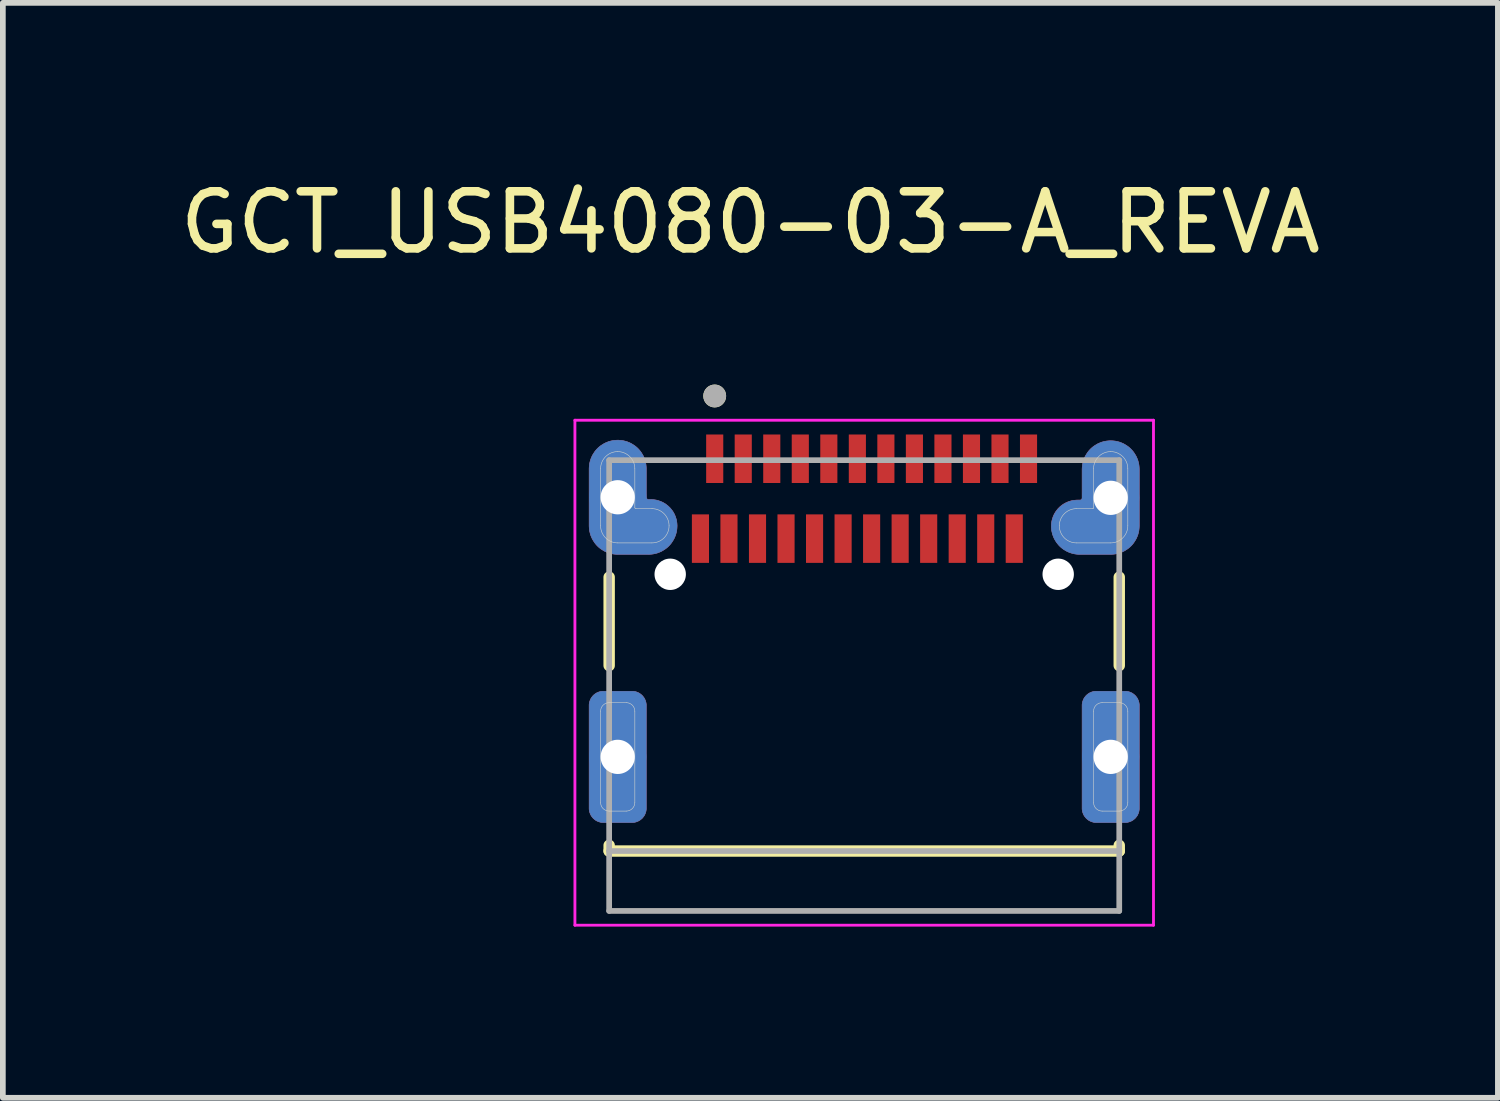
<source format=kicad_pcb>
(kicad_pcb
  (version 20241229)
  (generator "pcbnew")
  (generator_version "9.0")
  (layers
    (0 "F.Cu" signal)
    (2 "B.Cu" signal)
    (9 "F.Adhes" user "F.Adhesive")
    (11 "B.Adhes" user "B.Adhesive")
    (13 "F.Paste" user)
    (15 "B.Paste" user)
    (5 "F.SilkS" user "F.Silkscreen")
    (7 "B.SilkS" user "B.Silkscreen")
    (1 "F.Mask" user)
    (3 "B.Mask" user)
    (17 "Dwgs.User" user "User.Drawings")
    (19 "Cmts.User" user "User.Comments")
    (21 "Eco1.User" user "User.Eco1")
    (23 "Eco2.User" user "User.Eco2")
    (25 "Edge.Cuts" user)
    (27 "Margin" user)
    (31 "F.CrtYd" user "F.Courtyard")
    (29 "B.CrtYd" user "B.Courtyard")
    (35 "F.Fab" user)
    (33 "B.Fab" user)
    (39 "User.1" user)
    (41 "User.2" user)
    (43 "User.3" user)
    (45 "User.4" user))
  (footprint "GCT_USB4080-03-A_REVA"
    (layer "F.Cu")
    (at 12.096 5.665)
    (property "Reference" "GCT_USB4080-03-A_REVA" (at -1.995 -4.817 0) (layer "F.SilkS") (effects (font (size 1 1) (thickness 0.15))))
    (attr smd)
    (fp_poly (pts (xy -4.07 5.7) (xy -4.57 5.7) (xy -4.583 5.7) (xy -4.596 5.699) (xy -4.609 5.697) (xy -4.622 5.695) (xy -4.635 5.691) (xy -4.647 5.688) (xy -4.66 5.683) (xy -4.672 5.678) (xy -4.683 5.673) (xy -4.695 5.667) (xy -4.706 5.66) (xy -4.717 5.652) (xy -4.727 5.644) (xy -4.737 5.636) (xy -4.747 5.627) (xy -4.756 5.617) (xy -4.764 5.607) (xy -4.772 5.597) (xy -4.78 5.586) (xy -4.787 5.575) (xy -4.793 5.563) (xy -4.798 5.552) (xy -4.803 5.54) (xy -4.808 5.527) (xy -4.811 5.515) (xy -4.815 5.502) (xy -4.817 5.489) (xy -4.819 5.476) (xy -4.82 5.463) (xy -4.82 5.45) (xy -4.82 3.65) (xy -4.82 3.637) (xy -4.819 3.624) (xy -4.817 3.611) (xy -4.815 3.598) (xy -4.811 3.585) (xy -4.808 3.573) (xy -4.803 3.56) (xy -4.798 3.548) (xy -4.793 3.537) (xy -4.787 3.525) (xy -4.78 3.514) (xy -4.772 3.503) (xy -4.764 3.493) (xy -4.756 3.483) (xy -4.747 3.473) (xy -4.737 3.464) (xy -4.727 3.456) (xy -4.717 3.448) (xy -4.706 3.44) (xy -4.695 3.433) (xy -4.683 3.427) (xy -4.672 3.422) (xy -4.66 3.417) (xy -4.647 3.412) (xy -4.635 3.409) (xy -4.622 3.405) (xy -4.609 3.403) (xy -4.596 3.401) (xy -4.583 3.4) (xy -4.57 3.4) (xy -4.07 3.4) (xy -4.057 3.4) (xy -4.044 3.401) (xy -4.031 3.403) (xy -4.018 3.405) (xy -4.005 3.409) (xy -3.993 3.412) (xy -3.98 3.417) (xy -3.968 3.422) (xy -3.957 3.427) (xy -3.945 3.433) (xy -3.934 3.44) (xy -3.923 3.448) (xy -3.913 3.456) (xy -3.903 3.464) (xy -3.893 3.473) (xy -3.884 3.483) (xy -3.876 3.493) (xy -3.868 3.503) (xy -3.86 3.514) (xy -3.853 3.525) (xy -3.847 3.537) (xy -3.842 3.548) (xy -3.837 3.56) (xy -3.832 3.573) (xy -3.829 3.585) (xy -3.825 3.598) (xy -3.823 3.611) (xy -3.821 3.624) (xy -3.82 3.637) (xy -3.82 3.65) (xy -3.82 5.45) (xy -3.82 5.463) (xy -3.821 5.476) (xy -3.823 5.489) (xy -3.825 5.502) (xy -3.829 5.515) (xy -3.832 5.527) (xy -3.837 5.54) (xy -3.842 5.552) (xy -3.847 5.563) (xy -3.853 5.575) (xy -3.86 5.586) (xy -3.868 5.597) (xy -3.876 5.607) (xy -3.884 5.617) (xy -3.893 5.627) (xy -3.903 5.636) (xy -3.913 5.644) (xy -3.923 5.652) (xy -3.934 5.66) (xy -3.945 5.667) (xy -3.957 5.673) (xy -3.968 5.678) (xy -3.98 5.683) (xy -3.993 5.688) (xy -4.005 5.691) (xy -4.018 5.695) (xy -4.031 5.697) (xy -4.044 5.699) (xy -4.057 5.7) (xy -4.07 5.7)) (stroke (width 0.01) (type solid)) (fill yes) (layer "F.Cu"))
    (fp_poly (pts (xy 4.57 5.7) (xy 4.07 5.7) (xy 4.057 5.7) (xy 4.044 5.699) (xy 4.031 5.697) (xy 4.018 5.695) (xy 4.005 5.691) (xy 3.993 5.688) (xy 3.98 5.683) (xy 3.968 5.678) (xy 3.957 5.673) (xy 3.945 5.667) (xy 3.934 5.66) (xy 3.923 5.652) (xy 3.913 5.644) (xy 3.903 5.636) (xy 3.893 5.627) (xy 3.884 5.617) (xy 3.876 5.607) (xy 3.868 5.597) (xy 3.86 5.586) (xy 3.853 5.575) (xy 3.847 5.563) (xy 3.842 5.552) (xy 3.837 5.54) (xy 3.832 5.527) (xy 3.829 5.515) (xy 3.825 5.502) (xy 3.823 5.489) (xy 3.821 5.476) (xy 3.82 5.463) (xy 3.82 5.45) (xy 3.82 3.65) (xy 3.82 3.637) (xy 3.821 3.624) (xy 3.823 3.611) (xy 3.825 3.598) (xy 3.829 3.585) (xy 3.832 3.573) (xy 3.837 3.56) (xy 3.842 3.548) (xy 3.847 3.537) (xy 3.853 3.525) (xy 3.86 3.514) (xy 3.868 3.503) (xy 3.876 3.493) (xy 3.884 3.483) (xy 3.893 3.473) (xy 3.903 3.464) (xy 3.913 3.456) (xy 3.923 3.448) (xy 3.934 3.44) (xy 3.945 3.433) (xy 3.957 3.427) (xy 3.968 3.422) (xy 3.98 3.417) (xy 3.993 3.412) (xy 4.005 3.409) (xy 4.018 3.405) (xy 4.031 3.403) (xy 4.044 3.401) (xy 4.057 3.4) (xy 4.07 3.4) (xy 4.57 3.4) (xy 4.583 3.4) (xy 4.596 3.401) (xy 4.609 3.403) (xy 4.622 3.405) (xy 4.635 3.409) (xy 4.647 3.412) (xy 4.66 3.417) (xy 4.672 3.422) (xy 4.683 3.427) (xy 4.695 3.433) (xy 4.706 3.44) (xy 4.717 3.448) (xy 4.727 3.456) (xy 4.737 3.464) (xy 4.747 3.473) (xy 4.756 3.483) (xy 4.764 3.493) (xy 4.772 3.503) (xy 4.78 3.514) (xy 4.787 3.525) (xy 4.793 3.537) (xy 4.798 3.548) (xy 4.803 3.56) (xy 4.808 3.573) (xy 4.811 3.585) (xy 4.815 3.598) (xy 4.817 3.611) (xy 4.819 3.624) (xy 4.82 3.637) (xy 4.82 3.65) (xy 4.82 5.45) (xy 4.82 5.463) (xy 4.819 5.476) (xy 4.817 5.489) (xy 4.815 5.502) (xy 4.811 5.515) (xy 4.808 5.527) (xy 4.803 5.54) (xy 4.798 5.552) (xy 4.793 5.563) (xy 4.787 5.575) (xy 4.78 5.586) (xy 4.772 5.597) (xy 4.764 5.607) (xy 4.756 5.617) (xy 4.747 5.627) (xy 4.737 5.636) (xy 4.727 5.644) (xy 4.717 5.652) (xy 4.706 5.66) (xy 4.695 5.667) (xy 4.683 5.673) (xy 4.672 5.678) (xy 4.66 5.683) (xy 4.647 5.688) (xy 4.635 5.691) (xy 4.622 5.695) (xy 4.609 5.697) (xy 4.596 5.699) (xy 4.583 5.7) (xy 4.57 5.7)) (stroke (width 0.01) (type solid)) (fill yes) (layer "F.Cu"))
    (fp_poly (pts (xy 4.82 0.5) (xy 4.82 -0.49) (xy 4.819 -0.516) (xy 4.817 -0.542) (xy 4.814 -0.568) (xy 4.809 -0.594) (xy 4.803 -0.619) (xy 4.796 -0.645) (xy 4.787 -0.669) (xy 4.777 -0.693) (xy 4.766 -0.717) (xy 4.753 -0.74) (xy 4.739 -0.762) (xy 4.725 -0.784) (xy 4.709 -0.805) (xy 4.692 -0.825) (xy 4.674 -0.844) (xy 4.655 -0.862) (xy 4.635 -0.879) (xy 4.614 -0.895) (xy 4.592 -0.909) (xy 4.57 -0.923) (xy 4.547 -0.936) (xy 4.523 -0.947) (xy 4.499 -0.957) (xy 4.475 -0.966) (xy 4.449 -0.973) (xy 4.424 -0.979) (xy 4.398 -0.984) (xy 4.372 -0.987) (xy 4.346 -0.989) (xy 4.32 -0.99) (xy 4.294 -0.989) (xy 4.268 -0.987) (xy 4.242 -0.984) (xy 4.216 -0.979) (xy 4.191 -0.973) (xy 4.165 -0.966) (xy 4.141 -0.957) (xy 4.117 -0.947) (xy 4.093 -0.936) (xy 4.07 -0.923) (xy 4.048 -0.909) (xy 4.026 -0.895) (xy 4.005 -0.879) (xy 3.985 -0.862) (xy 3.966 -0.844) (xy 3.948 -0.825) (xy 3.931 -0.805) (xy 3.915 -0.784) (xy 3.901 -0.762) (xy 3.887 -0.74) (xy 3.874 -0.717) (xy 3.863 -0.693) (xy 3.853 -0.669) (xy 3.844 -0.645) (xy 3.837 -0.619) (xy 3.831 -0.594) (xy 3.826 -0.568) (xy 3.823 -0.542) (xy 3.821 -0.516) (xy 3.82 -0.49) (xy 3.82 0.01) (xy 3.82 0.012) (xy 3.82 0.014) (xy 3.82 0.016) (xy 3.819 0.018) (xy 3.819 0.02) (xy 3.818 0.022) (xy 3.817 0.024) (xy 3.817 0.026) (xy 3.816 0.028) (xy 3.815 0.03) (xy 3.814 0.032) (xy 3.812 0.034) (xy 3.811 0.035) (xy 3.81 0.037) (xy 3.808 0.038) (xy 3.807 0.04) (xy 3.805 0.041) (xy 3.804 0.042) (xy 3.802 0.044) (xy 3.8 0.045) (xy 3.798 0.046) (xy 3.796 0.047) (xy 3.794 0.047) (xy 3.792 0.048) (xy 3.79 0.049) (xy 3.788 0.049) (xy 3.786 0.05) (xy 3.784 0.05) (xy 3.782 0.05) (xy 3.78 0.05) (xy 3.74 0.05) (xy 3.719 0.05) (xy 3.695 0.052) (xy 3.672 0.054) (xy 3.648 0.058) (xy 3.625 0.063) (xy 3.602 0.07) (xy 3.579 0.077) (xy 3.557 0.086) (xy 3.536 0.096) (xy 3.514 0.107) (xy 3.494 0.119) (xy 3.474 0.132) (xy 3.455 0.146) (xy 3.436 0.162) (xy 3.419 0.178) (xy 3.402 0.195) (xy 3.386 0.213) (xy 3.372 0.231) (xy 3.358 0.251) (xy 3.345 0.271) (xy 3.333 0.291) (xy 3.323 0.313) (xy 3.313 0.335) (xy 3.305 0.357) (xy 3.298 0.38) (xy 3.292 0.403) (xy 3.287 0.426) (xy 3.283 0.45) (xy 3.281 0.473) (xy 3.28 0.5) (xy 3.281 0.526) (xy 3.283 0.552) (xy 3.286 0.578) (xy 3.291 0.604) (xy 3.297 0.629) (xy 3.304 0.655) (xy 3.313 0.679) (xy 3.323 0.703) (xy 3.334 0.727) (xy 3.347 0.75) (xy 3.361 0.772) (xy 3.375 0.794) (xy 3.391 0.815) (xy 3.408 0.835) (xy 3.426 0.854) (xy 3.445 0.872) (xy 3.465 0.889) (xy 3.486 0.905) (xy 3.508 0.919) (xy 3.53 0.933) (xy 3.553 0.946) (xy 3.577 0.957) (xy 3.601 0.967) (xy 3.625 0.976) (xy 3.651 0.983) (xy 3.676 0.989) (xy 3.702 0.994) (xy 3.728 0.997) (xy 3.754 0.999) (xy 3.78 1) (xy 4.32 1) (xy 4.346 0.999) (xy 4.372 0.997) (xy 4.398 0.994) (xy 4.424 0.989) (xy 4.449 0.983) (xy 4.475 0.976) (xy 4.499 0.967) (xy 4.523 0.957) (xy 4.547 0.946) (xy 4.57 0.933) (xy 4.592 0.919) (xy 4.614 0.905) (xy 4.635 0.889) (xy 4.655 0.872) (xy 4.674 0.854) (xy 4.692 0.835) (xy 4.709 0.815) (xy 4.725 0.794) (xy 4.739 0.772) (xy 4.753 0.75) (xy 4.766 0.727) (xy 4.777 0.703) (xy 4.787 0.679) (xy 4.796 0.655) (xy 4.803 0.629) (xy 4.809 0.604) (xy 4.814 0.578) (xy 4.817 0.552) (xy 4.819 0.526) (xy 4.82 0.5)) (stroke (width 0.01) (type solid)) (fill yes) (layer "F.Cu"))
    (fp_poly (pts (xy -4.82 0) (xy -4.82 -0.5) (xy -4.819 -0.526) (xy -4.817 -0.552) (xy -4.814 -0.578) (xy -4.809 -0.604) (xy -4.803 -0.629) (xy -4.796 -0.655) (xy -4.787 -0.679) (xy -4.777 -0.703) (xy -4.766 -0.727) (xy -4.753 -0.75) (xy -4.739 -0.772) (xy -4.725 -0.794) (xy -4.709 -0.815) (xy -4.692 -0.835) (xy -4.674 -0.854) (xy -4.655 -0.872) (xy -4.635 -0.889) (xy -4.614 -0.905) (xy -4.592 -0.919) (xy -4.57 -0.933) (xy -4.547 -0.946) (xy -4.523 -0.957) (xy -4.499 -0.967) (xy -4.475 -0.976) (xy -4.449 -0.983) (xy -4.424 -0.989) (xy -4.398 -0.994) (xy -4.372 -0.997) (xy -4.346 -0.999) (xy -4.32 -1) (xy -4.294 -0.999) (xy -4.268 -0.997) (xy -4.242 -0.994) (xy -4.216 -0.989) (xy -4.191 -0.983) (xy -4.165 -0.976) (xy -4.141 -0.967) (xy -4.117 -0.957) (xy -4.093 -0.946) (xy -4.07 -0.933) (xy -4.048 -0.919) (xy -4.026 -0.905) (xy -4.005 -0.889) (xy -3.985 -0.872) (xy -3.966 -0.854) (xy -3.948 -0.835) (xy -3.931 -0.815) (xy -3.915 -0.794) (xy -3.901 -0.772) (xy -3.887 -0.75) (xy -3.874 -0.727) (xy -3.863 -0.703) (xy -3.853 -0.679) (xy -3.844 -0.655) (xy -3.837 -0.629) (xy -3.831 -0.604) (xy -3.826 -0.578) (xy -3.823 -0.552) (xy -3.821 -0.526) (xy -3.82 -0.5) (xy -3.82 0) (xy -3.82 0.002) (xy -3.82 0.004) (xy -3.82 0.006) (xy -3.819 0.008) (xy -3.819 0.01) (xy -3.818 0.012) (xy -3.817 0.014) (xy -3.817 0.016) (xy -3.816 0.018) (xy -3.815 0.02) (xy -3.814 0.022) (xy -3.812 0.024) (xy -3.811 0.025) (xy -3.81 0.027) (xy -3.808 0.028) (xy -3.807 0.03) (xy -3.805 0.031) (xy -3.804 0.032) (xy -3.802 0.034) (xy -3.8 0.035) (xy -3.798 0.036) (xy -3.796 0.037) (xy -3.794 0.037) (xy -3.792 0.038) (xy -3.79 0.039) (xy -3.788 0.039) (xy -3.786 0.04) (xy -3.784 0.04) (xy -3.782 0.04) (xy -3.78 0.04) (xy -3.74 0.04) (xy -3.716 0.041) (xy -3.692 0.043) (xy -3.668 0.046) (xy -3.644 0.05) (xy -3.621 0.056) (xy -3.598 0.063) (xy -3.575 0.071) (xy -3.553 0.08) (xy -3.531 0.09) (xy -3.51 0.102) (xy -3.489 0.114) (xy -3.47 0.128) (xy -3.451 0.143) (xy -3.432 0.158) (xy -3.415 0.175) (xy -3.398 0.192) (xy -3.383 0.211) (xy -3.368 0.23) (xy -3.354 0.249) (xy -3.342 0.27) (xy -3.33 0.291) (xy -3.32 0.313) (xy -3.311 0.335) (xy -3.303 0.358) (xy -3.296 0.381) (xy -3.29 0.404) (xy -3.286 0.428) (xy -3.283 0.452) (xy -3.281 0.476) (xy -3.28 0.5) (xy -3.281 0.526) (xy -3.283 0.552) (xy -3.286 0.578) (xy -3.291 0.604) (xy -3.297 0.629) (xy -3.304 0.655) (xy -3.313 0.679) (xy -3.323 0.703) (xy -3.334 0.727) (xy -3.347 0.75) (xy -3.361 0.772) (xy -3.375 0.794) (xy -3.391 0.815) (xy -3.408 0.835) (xy -3.426 0.854) (xy -3.445 0.872) (xy -3.465 0.889) (xy -3.486 0.905) (xy -3.508 0.919) (xy -3.53 0.933) (xy -3.553 0.946) (xy -3.577 0.957) (xy -3.601 0.967) (xy -3.625 0.976) (xy -3.651 0.983) (xy -3.676 0.989) (xy -3.702 0.994) (xy -3.728 0.997) (xy -3.754 0.999) (xy -3.78 1) (xy -4.32 1) (xy -4.346 0.999) (xy -4.372 0.997) (xy -4.398 0.994) (xy -4.424 0.989) (xy -4.449 0.983) (xy -4.475 0.976) (xy -4.499 0.967) (xy -4.523 0.957) (xy -4.547 0.946) (xy -4.57 0.933) (xy -4.592 0.919) (xy -4.614 0.905) (xy -4.635 0.889) (xy -4.655 0.872) (xy -4.674 0.854) (xy -4.692 0.835) (xy -4.709 0.815) (xy -4.725 0.794) (xy -4.739 0.772) (xy -4.753 0.75) (xy -4.766 0.727) (xy -4.777 0.703) (xy -4.787 0.679) (xy -4.796 0.655) (xy -4.803 0.629) (xy -4.809 0.604) (xy -4.814 0.578) (xy -4.817 0.552) (xy -4.819 0.526) (xy -4.82 0.5) (xy -4.82 0)) (stroke (width 0.01) (type solid)) (fill yes) (layer "F.Cu"))
    (fp_poly (pts (xy -4.62 3.3) (xy -4.02 3.3) (xy -4.004 3.3) (xy -3.989 3.302) (xy -3.973 3.304) (xy -3.958 3.307) (xy -3.942 3.31) (xy -3.927 3.315) (xy -3.912 3.32) (xy -3.898 3.326) (xy -3.884 3.333) (xy -3.87 3.34) (xy -3.857 3.348) (xy -3.844 3.357) (xy -3.831 3.367) (xy -3.819 3.377) (xy -3.808 3.388) (xy -3.797 3.399) (xy -3.787 3.411) (xy -3.777 3.424) (xy -3.768 3.437) (xy -3.76 3.45) (xy -3.753 3.464) (xy -3.746 3.478) (xy -3.74 3.492) (xy -3.735 3.507) (xy -3.73 3.522) (xy -3.727 3.538) (xy -3.724 3.553) (xy -3.722 3.569) (xy -3.72 3.584) (xy -3.72 3.6) (xy -3.72 5.5) (xy -3.72 5.516) (xy -3.722 5.531) (xy -3.724 5.547) (xy -3.727 5.562) (xy -3.73 5.578) (xy -3.735 5.593) (xy -3.74 5.608) (xy -3.746 5.622) (xy -3.753 5.636) (xy -3.76 5.65) (xy -3.768 5.663) (xy -3.777 5.676) (xy -3.787 5.689) (xy -3.797 5.701) (xy -3.808 5.712) (xy -3.819 5.723) (xy -3.831 5.733) (xy -3.844 5.743) (xy -3.857 5.752) (xy -3.87 5.76) (xy -3.884 5.767) (xy -3.898 5.774) (xy -3.912 5.78) (xy -3.927 5.785) (xy -3.942 5.79) (xy -3.958 5.793) (xy -3.973 5.796) (xy -3.989 5.798) (xy -4.004 5.8) (xy -4.02 5.8) (xy -4.62 5.8) (xy -4.636 5.8) (xy -4.651 5.798) (xy -4.667 5.796) (xy -4.682 5.793) (xy -4.698 5.79) (xy -4.713 5.785) (xy -4.728 5.78) (xy -4.742 5.774) (xy -4.756 5.767) (xy -4.77 5.76) (xy -4.783 5.752) (xy -4.796 5.743) (xy -4.809 5.733) (xy -4.821 5.723) (xy -4.832 5.712) (xy -4.843 5.701) (xy -4.853 5.689) (xy -4.863 5.676) (xy -4.872 5.663) (xy -4.88 5.65) (xy -4.887 5.636) (xy -4.894 5.622) (xy -4.9 5.608) (xy -4.905 5.593) (xy -4.91 5.578) (xy -4.913 5.562) (xy -4.916 5.547) (xy -4.918 5.531) (xy -4.92 5.516) (xy -4.92 5.5) (xy -4.92 3.6) (xy -4.92 3.584) (xy -4.918 3.569) (xy -4.916 3.553) (xy -4.913 3.538) (xy -4.91 3.522) (xy -4.905 3.507) (xy -4.9 3.492) (xy -4.894 3.478) (xy -4.887 3.464) (xy -4.88 3.45) (xy -4.872 3.437) (xy -4.863 3.424) (xy -4.853 3.411) (xy -4.843 3.399) (xy -4.832 3.388) (xy -4.821 3.377) (xy -4.809 3.367) (xy -4.796 3.357) (xy -4.783 3.348) (xy -4.77 3.34) (xy -4.756 3.333) (xy -4.742 3.326) (xy -4.728 3.32) (xy -4.713 3.315) (xy -4.698 3.31) (xy -4.682 3.307) (xy -4.667 3.304) (xy -4.651 3.302) (xy -4.636 3.3) (xy -4.62 3.3)) (stroke (width 0.01) (type solid)) (fill yes) (layer "F.Mask"))
    (fp_poly (pts (xy 4.02 3.3) (xy 4.62 3.3) (xy 4.636 3.3) (xy 4.651 3.302) (xy 4.667 3.304) (xy 4.682 3.307) (xy 4.698 3.31) (xy 4.713 3.315) (xy 4.728 3.32) (xy 4.742 3.326) (xy 4.756 3.333) (xy 4.77 3.34) (xy 4.783 3.348) (xy 4.796 3.357) (xy 4.809 3.367) (xy 4.821 3.377) (xy 4.832 3.388) (xy 4.843 3.399) (xy 4.853 3.411) (xy 4.863 3.424) (xy 4.872 3.437) (xy 4.88 3.45) (xy 4.887 3.464) (xy 4.894 3.478) (xy 4.9 3.492) (xy 4.905 3.507) (xy 4.91 3.522) (xy 4.913 3.538) (xy 4.916 3.553) (xy 4.918 3.569) (xy 4.92 3.584) (xy 4.92 3.6) (xy 4.92 5.5) (xy 4.92 5.516) (xy 4.918 5.531) (xy 4.916 5.547) (xy 4.913 5.562) (xy 4.91 5.578) (xy 4.905 5.593) (xy 4.9 5.608) (xy 4.894 5.622) (xy 4.887 5.636) (xy 4.88 5.65) (xy 4.872 5.663) (xy 4.863 5.676) (xy 4.853 5.689) (xy 4.843 5.701) (xy 4.832 5.712) (xy 4.821 5.723) (xy 4.809 5.733) (xy 4.796 5.743) (xy 4.783 5.752) (xy 4.77 5.76) (xy 4.756 5.767) (xy 4.742 5.774) (xy 4.728 5.78) (xy 4.713 5.785) (xy 4.698 5.79) (xy 4.682 5.793) (xy 4.667 5.796) (xy 4.651 5.798) (xy 4.636 5.8) (xy 4.62 5.8) (xy 4.02 5.8) (xy 4.004 5.8) (xy 3.989 5.798) (xy 3.973 5.796) (xy 3.958 5.793) (xy 3.942 5.79) (xy 3.927 5.785) (xy 3.912 5.78) (xy 3.898 5.774) (xy 3.884 5.767) (xy 3.87 5.76) (xy 3.857 5.752) (xy 3.844 5.743) (xy 3.831 5.733) (xy 3.819 5.723) (xy 3.808 5.712) (xy 3.797 5.701) (xy 3.787 5.689) (xy 3.777 5.676) (xy 3.768 5.663) (xy 3.76 5.65) (xy 3.753 5.636) (xy 3.746 5.622) (xy 3.74 5.608) (xy 3.735 5.593) (xy 3.73 5.578) (xy 3.727 5.562) (xy 3.724 5.547) (xy 3.722 5.531) (xy 3.72 5.516) (xy 3.72 5.5) (xy 3.72 3.6) (xy 3.72 3.584) (xy 3.722 3.569) (xy 3.724 3.553) (xy 3.727 3.538) (xy 3.73 3.522) (xy 3.735 3.507) (xy 3.74 3.492) (xy 3.746 3.478) (xy 3.753 3.464) (xy 3.76 3.45) (xy 3.768 3.437) (xy 3.777 3.424) (xy 3.787 3.411) (xy 3.797 3.399) (xy 3.808 3.388) (xy 3.819 3.377) (xy 3.831 3.367) (xy 3.844 3.357) (xy 3.857 3.348) (xy 3.87 3.34) (xy 3.884 3.333) (xy 3.898 3.326) (xy 3.912 3.32) (xy 3.927 3.315) (xy 3.942 3.31) (xy 3.958 3.307) (xy 3.973 3.304) (xy 3.989 3.302) (xy 4.004 3.3) (xy 4.02 3.3)) (stroke (width 0.01) (type solid)) (fill yes) (layer "F.Mask"))
    (fp_poly (pts (xy 4.92 0.5) (xy 4.92 -0.5) (xy 4.919 -0.531) (xy 4.917 -0.563) (xy 4.913 -0.594) (xy 4.907 -0.625) (xy 4.9 -0.655) (xy 4.891 -0.685) (xy 4.88 -0.715) (xy 4.868 -0.744) (xy 4.855 -0.772) (xy 4.84 -0.8) (xy 4.823 -0.827) (xy 4.805 -0.853) (xy 4.786 -0.878) (xy 4.766 -0.901) (xy 4.744 -0.924) (xy 4.721 -0.946) (xy 4.698 -0.966) (xy 4.673 -0.985) (xy 4.647 -1.003) (xy 4.62 -1.02) (xy 4.592 -1.035) (xy 4.564 -1.048) (xy 4.535 -1.06) (xy 4.505 -1.071) (xy 4.475 -1.08) (xy 4.445 -1.087) (xy 4.414 -1.093) (xy 4.383 -1.097) (xy 4.351 -1.099) (xy 4.32 -1.1) (xy 4.289 -1.099) (xy 4.257 -1.097) (xy 4.226 -1.093) (xy 4.195 -1.087) (xy 4.165 -1.08) (xy 4.135 -1.071) (xy 4.105 -1.06) (xy 4.076 -1.048) (xy 4.048 -1.035) (xy 4.02 -1.02) (xy 3.993 -1.003) (xy 3.967 -0.985) (xy 3.942 -0.966) (xy 3.919 -0.946) (xy 3.896 -0.924) (xy 3.874 -0.901) (xy 3.854 -0.878) (xy 3.835 -0.853) (xy 3.817 -0.827) (xy 3.8 -0.8) (xy 3.785 -0.772) (xy 3.772 -0.744) (xy 3.76 -0.715) (xy 3.749 -0.685) (xy 3.74 -0.655) (xy 3.733 -0.625) (xy 3.727 -0.594) (xy 3.723 -0.563) (xy 3.721 -0.531) (xy 3.72 -0.5) (xy 3.72 -0.05) (xy 3.72 -0.048) (xy 3.72 -0.047) (xy 3.72 -0.045) (xy 3.719 -0.044) (xy 3.719 -0.042) (xy 3.719 -0.041) (xy 3.718 -0.039) (xy 3.717 -0.038) (xy 3.717 -0.036) (xy 3.716 -0.035) (xy 3.715 -0.034) (xy 3.714 -0.032) (xy 3.713 -0.031) (xy 3.712 -0.03) (xy 3.711 -0.029) (xy 3.71 -0.028) (xy 3.709 -0.027) (xy 3.708 -0.026) (xy 3.706 -0.025) (xy 3.705 -0.024) (xy 3.704 -0.023) (xy 3.702 -0.023) (xy 3.701 -0.022) (xy 3.699 -0.021) (xy 3.698 -0.021) (xy 3.696 -0.021) (xy 3.695 -0.02) (xy 3.693 -0.02) (xy 3.692 -0.02) (xy 3.69 -0.02) (xy 3.664 -0.019) (xy 3.638 -0.017) (xy 3.612 -0.014) (xy 3.586 -0.009) (xy 3.561 -0.003) (xy 3.535 0.004) (xy 3.511 0.013) (xy 3.487 0.023) (xy 3.463 0.034) (xy 3.44 0.047) (xy 3.418 0.061) (xy 3.396 0.075) (xy 3.375 0.091) (xy 3.355 0.108) (xy 3.336 0.126) (xy 3.318 0.145) (xy 3.301 0.165) (xy 3.285 0.186) (xy 3.271 0.208) (xy 3.257 0.23) (xy 3.244 0.253) (xy 3.233 0.277) (xy 3.223 0.301) (xy 3.214 0.325) (xy 3.207 0.351) (xy 3.201 0.376) (xy 3.196 0.402) (xy 3.193 0.428) (xy 3.191 0.454) (xy 3.19 0.48) (xy 3.19 0.51) (xy 3.191 0.541) (xy 3.193 0.572) (xy 3.197 0.602) (xy 3.203 0.633) (xy 3.21 0.663) (xy 3.219 0.692) (xy 3.229 0.721) (xy 3.241 0.75) (xy 3.254 0.778) (xy 3.269 0.805) (xy 3.285 0.831) (xy 3.303 0.857) (xy 3.321 0.881) (xy 3.342 0.905) (xy 3.363 0.927) (xy 3.385 0.948) (xy 3.409 0.969) (xy 3.433 0.987) (xy 3.459 1.005) (xy 3.485 1.021) (xy 3.512 1.036) (xy 3.54 1.049) (xy 3.569 1.061) (xy 3.598 1.071) (xy 3.627 1.08) (xy 3.657 1.087) (xy 3.688 1.093) (xy 3.718 1.097) (xy 3.749 1.099) (xy 3.78 1.1) (xy 4.32 1.1) (xy 4.351 1.099) (xy 4.383 1.097) (xy 4.414 1.093) (xy 4.445 1.087) (xy 4.475 1.08) (xy 4.505 1.071) (xy 4.535 1.06) (xy 4.564 1.048) (xy 4.592 1.035) (xy 4.62 1.02) (xy 4.647 1.003) (xy 4.673 0.985) (xy 4.698 0.966) (xy 4.721 0.946) (xy 4.744 0.924) (xy 4.766 0.901) (xy 4.786 0.878) (xy 4.805 0.853) (xy 4.823 0.827) (xy 4.84 0.8) (xy 4.855 0.772) (xy 4.868 0.744) (xy 4.88 0.715) (xy 4.891 0.685) (xy 4.9 0.655) (xy 4.907 0.625) (xy 4.913 0.594) (xy 4.917 0.563) (xy 4.919 0.531) (xy 4.92 0.5)) (stroke (width 0.01) (type solid)) (fill yes) (layer "F.Mask"))
    (fp_poly (pts (xy -4.92 0) (xy -4.92 -0.49) (xy -4.919 -0.527) (xy -4.917 -0.558) (xy -4.913 -0.59) (xy -4.907 -0.621) (xy -4.899 -0.652) (xy -4.89 -0.682) (xy -4.88 -0.712) (xy -4.868 -0.741) (xy -4.854 -0.77) (xy -4.839 -0.798) (xy -4.822 -0.825) (xy -4.804 -0.851) (xy -4.785 -0.876) (xy -4.765 -0.9) (xy -4.743 -0.923) (xy -4.72 -0.945) (xy -4.696 -0.965) (xy -4.671 -0.984) (xy -4.645 -1.002) (xy -4.618 -1.019) (xy -4.59 -1.034) (xy -4.561 -1.048) (xy -4.532 -1.06) (xy -4.502 -1.07) (xy -4.472 -1.079) (xy -4.441 -1.087) (xy -4.41 -1.093) (xy -4.378 -1.097) (xy -4.347 -1.099) (xy -4.32 -1.1) (xy -4.289 -1.099) (xy -4.257 -1.097) (xy -4.226 -1.093) (xy -4.195 -1.087) (xy -4.165 -1.08) (xy -4.135 -1.071) (xy -4.105 -1.06) (xy -4.076 -1.048) (xy -4.048 -1.035) (xy -4.02 -1.02) (xy -3.993 -1.003) (xy -3.967 -0.985) (xy -3.942 -0.966) (xy -3.919 -0.946) (xy -3.896 -0.924) (xy -3.874 -0.901) (xy -3.854 -0.878) (xy -3.835 -0.853) (xy -3.817 -0.827) (xy -3.8 -0.8) (xy -3.785 -0.772) (xy -3.772 -0.744) (xy -3.76 -0.715) (xy -3.749 -0.685) (xy -3.74 -0.655) (xy -3.733 -0.625) (xy -3.727 -0.594) (xy -3.723 -0.563) (xy -3.721 -0.531) (xy -3.72 -0.5) (xy -3.72 -0.1) (xy -3.72 -0.06) (xy -3.72 -0.058) (xy -3.72 -0.057) (xy -3.72 -0.055) (xy -3.719 -0.054) (xy -3.719 -0.052) (xy -3.719 -0.051) (xy -3.718 -0.049) (xy -3.717 -0.048) (xy -3.717 -0.046) (xy -3.716 -0.045) (xy -3.715 -0.044) (xy -3.714 -0.042) (xy -3.713 -0.041) (xy -3.712 -0.04) (xy -3.711 -0.039) (xy -3.71 -0.038) (xy -3.709 -0.037) (xy -3.708 -0.036) (xy -3.706 -0.035) (xy -3.705 -0.034) (xy -3.704 -0.033) (xy -3.702 -0.033) (xy -3.701 -0.032) (xy -3.699 -0.031) (xy -3.698 -0.031) (xy -3.696 -0.031) (xy -3.695 -0.03) (xy -3.693 -0.03) (xy -3.692 -0.03) (xy -3.69 -0.03) (xy -3.664 -0.029) (xy -3.638 -0.027) (xy -3.612 -0.024) (xy -3.586 -0.019) (xy -3.561 -0.013) (xy -3.535 -0.006) (xy -3.511 0.003) (xy -3.487 0.013) (xy -3.463 0.024) (xy -3.44 0.037) (xy -3.418 0.051) (xy -3.396 0.065) (xy -3.375 0.081) (xy -3.355 0.098) (xy -3.336 0.116) (xy -3.318 0.135) (xy -3.301 0.155) (xy -3.285 0.176) (xy -3.271 0.198) (xy -3.257 0.22) (xy -3.244 0.243) (xy -3.233 0.267) (xy -3.223 0.291) (xy -3.214 0.315) (xy -3.207 0.341) (xy -3.201 0.366) (xy -3.196 0.392) (xy -3.193 0.418) (xy -3.191 0.444) (xy -3.19 0.47) (xy -3.19 0.5) (xy -3.191 0.531) (xy -3.193 0.562) (xy -3.197 0.592) (xy -3.203 0.623) (xy -3.21 0.653) (xy -3.219 0.682) (xy -3.229 0.711) (xy -3.241 0.74) (xy -3.254 0.768) (xy -3.269 0.795) (xy -3.285 0.821) (xy -3.303 0.847) (xy -3.321 0.871) (xy -3.342 0.895) (xy -3.363 0.917) (xy -3.385 0.938) (xy -3.409 0.959) (xy -3.433 0.977) (xy -3.459 0.995) (xy -3.485 1.011) (xy -3.512 1.026) (xy -3.54 1.039) (xy -3.569 1.051) (xy -3.598 1.061) (xy -3.627 1.07) (xy -3.657 1.077) (xy -3.688 1.083) (xy -3.718 1.087) (xy -3.749 1.089) (xy -3.78 1.09) (xy -4.32 1.09) (xy -4.351 1.089) (xy -4.383 1.087) (xy -4.414 1.083) (xy -4.445 1.077) (xy -4.475 1.07) (xy -4.505 1.061) (xy -4.535 1.05) (xy -4.564 1.038) (xy -4.592 1.025) (xy -4.62 1.01) (xy -4.647 0.993) (xy -4.673 0.975) (xy -4.698 0.956) (xy -4.721 0.936) (xy -4.744 0.914) (xy -4.766 0.891) (xy -4.786 0.868) (xy -4.805 0.843) (xy -4.823 0.817) (xy -4.84 0.79) (xy -4.855 0.762) (xy -4.868 0.734) (xy -4.88 0.705) (xy -4.891 0.675) (xy -4.9 0.645) (xy -4.907 0.615) (xy -4.913 0.584) (xy -4.917 0.553) (xy -4.919 0.521) (xy -4.92 0.49) (xy -4.92 0)) (stroke (width 0.01) (type solid)) (fill yes) (layer "F.Mask"))
    (fp_poly (pts (xy -4.07 5.7) (xy -4.57 5.7) (xy -4.583 5.7) (xy -4.596 5.699) (xy -4.609 5.697) (xy -4.622 5.695) (xy -4.635 5.691) (xy -4.647 5.688) (xy -4.66 5.683) (xy -4.672 5.678) (xy -4.683 5.673) (xy -4.695 5.667) (xy -4.706 5.66) (xy -4.717 5.652) (xy -4.727 5.644) (xy -4.737 5.636) (xy -4.747 5.627) (xy -4.756 5.617) (xy -4.764 5.607) (xy -4.772 5.597) (xy -4.78 5.586) (xy -4.787 5.575) (xy -4.793 5.563) (xy -4.798 5.552) (xy -4.803 5.54) (xy -4.808 5.527) (xy -4.811 5.515) (xy -4.815 5.502) (xy -4.817 5.489) (xy -4.819 5.476) (xy -4.82 5.463) (xy -4.82 5.45) (xy -4.82 3.65) (xy -4.82 3.637) (xy -4.819 3.624) (xy -4.817 3.611) (xy -4.815 3.598) (xy -4.811 3.585) (xy -4.808 3.573) (xy -4.803 3.56) (xy -4.798 3.548) (xy -4.793 3.537) (xy -4.787 3.525) (xy -4.78 3.514) (xy -4.772 3.503) (xy -4.764 3.493) (xy -4.756 3.483) (xy -4.747 3.473) (xy -4.737 3.464) (xy -4.727 3.456) (xy -4.717 3.448) (xy -4.706 3.44) (xy -4.695 3.433) (xy -4.683 3.427) (xy -4.672 3.422) (xy -4.66 3.417) (xy -4.647 3.412) (xy -4.635 3.409) (xy -4.622 3.405) (xy -4.609 3.403) (xy -4.596 3.401) (xy -4.583 3.4) (xy -4.57 3.4) (xy -4.07 3.4) (xy -4.057 3.4) (xy -4.044 3.401) (xy -4.031 3.403) (xy -4.018 3.405) (xy -4.005 3.409) (xy -3.993 3.412) (xy -3.98 3.417) (xy -3.968 3.422) (xy -3.957 3.427) (xy -3.945 3.433) (xy -3.934 3.44) (xy -3.923 3.448) (xy -3.913 3.456) (xy -3.903 3.464) (xy -3.893 3.473) (xy -3.884 3.483) (xy -3.876 3.493) (xy -3.868 3.503) (xy -3.86 3.514) (xy -3.853 3.525) (xy -3.847 3.537) (xy -3.842 3.548) (xy -3.837 3.56) (xy -3.832 3.573) (xy -3.829 3.585) (xy -3.825 3.598) (xy -3.823 3.611) (xy -3.821 3.624) (xy -3.82 3.637) (xy -3.82 3.65) (xy -3.82 5.45) (xy -3.82 5.463) (xy -3.821 5.476) (xy -3.823 5.489) (xy -3.825 5.502) (xy -3.829 5.515) (xy -3.832 5.527) (xy -3.837 5.54) (xy -3.842 5.552) (xy -3.847 5.563) (xy -3.853 5.575) (xy -3.86 5.586) (xy -3.868 5.597) (xy -3.876 5.607) (xy -3.884 5.617) (xy -3.893 5.627) (xy -3.903 5.636) (xy -3.913 5.644) (xy -3.923 5.652) (xy -3.934 5.66) (xy -3.945 5.667) (xy -3.957 5.673) (xy -3.968 5.678) (xy -3.98 5.683) (xy -3.993 5.688) (xy -4.005 5.691) (xy -4.018 5.695) (xy -4.031 5.697) (xy -4.044 5.699) (xy -4.057 5.7) (xy -4.07 5.7)) (stroke (width 0.01) (type solid)) (fill yes) (layer "B.Cu"))
    (fp_poly (pts (xy 4.57 5.7) (xy 4.07 5.7) (xy 4.057 5.7) (xy 4.044 5.699) (xy 4.031 5.697) (xy 4.018 5.695) (xy 4.005 5.691) (xy 3.993 5.688) (xy 3.98 5.683) (xy 3.968 5.678) (xy 3.957 5.673) (xy 3.945 5.667) (xy 3.934 5.66) (xy 3.923 5.652) (xy 3.913 5.644) (xy 3.903 5.636) (xy 3.893 5.627) (xy 3.884 5.617) (xy 3.876 5.607) (xy 3.868 5.597) (xy 3.86 5.586) (xy 3.853 5.575) (xy 3.847 5.563) (xy 3.842 5.552) (xy 3.837 5.54) (xy 3.832 5.527) (xy 3.829 5.515) (xy 3.825 5.502) (xy 3.823 5.489) (xy 3.821 5.476) (xy 3.82 5.463) (xy 3.82 5.45) (xy 3.82 3.65) (xy 3.82 3.637) (xy 3.821 3.624) (xy 3.823 3.611) (xy 3.825 3.598) (xy 3.829 3.585) (xy 3.832 3.573) (xy 3.837 3.56) (xy 3.842 3.548) (xy 3.847 3.537) (xy 3.853 3.525) (xy 3.86 3.514) (xy 3.868 3.503) (xy 3.876 3.493) (xy 3.884 3.483) (xy 3.893 3.473) (xy 3.903 3.464) (xy 3.913 3.456) (xy 3.923 3.448) (xy 3.934 3.44) (xy 3.945 3.433) (xy 3.957 3.427) (xy 3.968 3.422) (xy 3.98 3.417) (xy 3.993 3.412) (xy 4.005 3.409) (xy 4.018 3.405) (xy 4.031 3.403) (xy 4.044 3.401) (xy 4.057 3.4) (xy 4.07 3.4) (xy 4.57 3.4) (xy 4.583 3.4) (xy 4.596 3.401) (xy 4.609 3.403) (xy 4.622 3.405) (xy 4.635 3.409) (xy 4.647 3.412) (xy 4.66 3.417) (xy 4.672 3.422) (xy 4.683 3.427) (xy 4.695 3.433) (xy 4.706 3.44) (xy 4.717 3.448) (xy 4.727 3.456) (xy 4.737 3.464) (xy 4.747 3.473) (xy 4.756 3.483) (xy 4.764 3.493) (xy 4.772 3.503) (xy 4.78 3.514) (xy 4.787 3.525) (xy 4.793 3.537) (xy 4.798 3.548) (xy 4.803 3.56) (xy 4.808 3.573) (xy 4.811 3.585) (xy 4.815 3.598) (xy 4.817 3.611) (xy 4.819 3.624) (xy 4.82 3.637) (xy 4.82 3.65) (xy 4.82 5.45) (xy 4.82 5.463) (xy 4.819 5.476) (xy 4.817 5.489) (xy 4.815 5.502) (xy 4.811 5.515) (xy 4.808 5.527) (xy 4.803 5.54) (xy 4.798 5.552) (xy 4.793 5.563) (xy 4.787 5.575) (xy 4.78 5.586) (xy 4.772 5.597) (xy 4.764 5.607) (xy 4.756 5.617) (xy 4.747 5.627) (xy 4.737 5.636) (xy 4.727 5.644) (xy 4.717 5.652) (xy 4.706 5.66) (xy 4.695 5.667) (xy 4.683 5.673) (xy 4.672 5.678) (xy 4.66 5.683) (xy 4.647 5.688) (xy 4.635 5.691) (xy 4.622 5.695) (xy 4.609 5.697) (xy 4.596 5.699) (xy 4.583 5.7) (xy 4.57 5.7)) (stroke (width 0.01) (type solid)) (fill yes) (layer "B.Cu"))
    (fp_poly (pts (xy 4.82 0.5) (xy 4.82 -0.49) (xy 4.819 -0.516) (xy 4.817 -0.542) (xy 4.814 -0.568) (xy 4.809 -0.594) (xy 4.803 -0.619) (xy 4.796 -0.645) (xy 4.787 -0.669) (xy 4.777 -0.693) (xy 4.766 -0.717) (xy 4.753 -0.74) (xy 4.739 -0.762) (xy 4.725 -0.784) (xy 4.709 -0.805) (xy 4.692 -0.825) (xy 4.674 -0.844) (xy 4.655 -0.862) (xy 4.635 -0.879) (xy 4.614 -0.895) (xy 4.592 -0.909) (xy 4.57 -0.923) (xy 4.547 -0.936) (xy 4.523 -0.947) (xy 4.499 -0.957) (xy 4.475 -0.966) (xy 4.449 -0.973) (xy 4.424 -0.979) (xy 4.398 -0.984) (xy 4.372 -0.987) (xy 4.346 -0.989) (xy 4.32 -0.99) (xy 4.294 -0.989) (xy 4.268 -0.987) (xy 4.242 -0.984) (xy 4.216 -0.979) (xy 4.191 -0.973) (xy 4.165 -0.966) (xy 4.141 -0.957) (xy 4.117 -0.947) (xy 4.093 -0.936) (xy 4.07 -0.923) (xy 4.048 -0.909) (xy 4.026 -0.895) (xy 4.005 -0.879) (xy 3.985 -0.862) (xy 3.966 -0.844) (xy 3.948 -0.825) (xy 3.931 -0.805) (xy 3.915 -0.784) (xy 3.901 -0.762) (xy 3.887 -0.74) (xy 3.874 -0.717) (xy 3.863 -0.693) (xy 3.853 -0.669) (xy 3.844 -0.645) (xy 3.837 -0.619) (xy 3.831 -0.594) (xy 3.826 -0.568) (xy 3.823 -0.542) (xy 3.821 -0.516) (xy 3.82 -0.49) (xy 3.82 0.01) (xy 3.82 0.012) (xy 3.82 0.014) (xy 3.82 0.016) (xy 3.819 0.018) (xy 3.819 0.02) (xy 3.818 0.022) (xy 3.817 0.024) (xy 3.817 0.026) (xy 3.816 0.028) (xy 3.815 0.03) (xy 3.814 0.032) (xy 3.812 0.034) (xy 3.811 0.035) (xy 3.81 0.037) (xy 3.808 0.038) (xy 3.807 0.04) (xy 3.805 0.041) (xy 3.804 0.042) (xy 3.802 0.044) (xy 3.8 0.045) (xy 3.798 0.046) (xy 3.796 0.047) (xy 3.794 0.047) (xy 3.792 0.048) (xy 3.79 0.049) (xy 3.788 0.049) (xy 3.786 0.05) (xy 3.784 0.05) (xy 3.782 0.05) (xy 3.78 0.05) (xy 3.74 0.05) (xy 3.716 0.051) (xy 3.692 0.053) (xy 3.668 0.056) (xy 3.644 0.06) (xy 3.621 0.066) (xy 3.598 0.073) (xy 3.575 0.081) (xy 3.553 0.09) (xy 3.531 0.1) (xy 3.51 0.112) (xy 3.489 0.124) (xy 3.47 0.138) (xy 3.451 0.153) (xy 3.432 0.168) (xy 3.415 0.185) (xy 3.398 0.202) (xy 3.383 0.221) (xy 3.368 0.24) (xy 3.354 0.259) (xy 3.342 0.28) (xy 3.33 0.301) (xy 3.32 0.323) (xy 3.311 0.345) (xy 3.303 0.368) (xy 3.296 0.391) (xy 3.29 0.414) (xy 3.286 0.438) (xy 3.283 0.462) (xy 3.281 0.486) (xy 3.28 0.51) (xy 3.281 0.54) (xy 3.284 0.565) (xy 3.287 0.591) (xy 3.293 0.616) (xy 3.299 0.641) (xy 3.307 0.666) (xy 3.316 0.69) (xy 3.326 0.714) (xy 3.338 0.737) (xy 3.351 0.76) (xy 3.365 0.782) (xy 3.38 0.803) (xy 3.396 0.823) (xy 3.413 0.843) (xy 3.431 0.861) (xy 3.45 0.879) (xy 3.47 0.895) (xy 3.491 0.911) (xy 3.513 0.925) (xy 3.535 0.938) (xy 3.558 0.95) (xy 3.582 0.961) (xy 3.606 0.97) (xy 3.63 0.978) (xy 3.655 0.985) (xy 3.681 0.991) (xy 3.706 0.995) (xy 3.732 0.998) (xy 3.758 1) (xy 3.78 1) (xy 4.32 1) (xy 4.346 0.999) (xy 4.372 0.997) (xy 4.398 0.994) (xy 4.424 0.989) (xy 4.449 0.983) (xy 4.475 0.976) (xy 4.499 0.967) (xy 4.523 0.957) (xy 4.547 0.946) (xy 4.57 0.933) (xy 4.592 0.919) (xy 4.614 0.905) (xy 4.635 0.889) (xy 4.655 0.872) (xy 4.674 0.854) (xy 4.692 0.835) (xy 4.709 0.815) (xy 4.725 0.794) (xy 4.739 0.772) (xy 4.753 0.75) (xy 4.766 0.727) (xy 4.777 0.703) (xy 4.787 0.679) (xy 4.796 0.655) (xy 4.803 0.629) (xy 4.809 0.604) (xy 4.814 0.578) (xy 4.817 0.552) (xy 4.819 0.526) (xy 4.82 0.5)) (stroke (width 0.01) (type solid)) (fill yes) (layer "B.Cu"))
    (fp_poly (pts (xy -4.82 0) (xy -4.82 -0.5) (xy -4.819 -0.526) (xy -4.817 -0.552) (xy -4.814 -0.578) (xy -4.809 -0.604) (xy -4.803 -0.629) (xy -4.796 -0.655) (xy -4.787 -0.679) (xy -4.777 -0.703) (xy -4.766 -0.727) (xy -4.753 -0.75) (xy -4.739 -0.772) (xy -4.725 -0.794) (xy -4.709 -0.815) (xy -4.692 -0.835) (xy -4.674 -0.854) (xy -4.655 -0.872) (xy -4.635 -0.889) (xy -4.614 -0.905) (xy -4.592 -0.919) (xy -4.57 -0.933) (xy -4.547 -0.946) (xy -4.523 -0.957) (xy -4.499 -0.967) (xy -4.475 -0.976) (xy -4.449 -0.983) (xy -4.424 -0.989) (xy -4.398 -0.994) (xy -4.372 -0.997) (xy -4.346 -0.999) (xy -4.32 -1) (xy -4.294 -0.999) (xy -4.268 -0.997) (xy -4.242 -0.994) (xy -4.216 -0.989) (xy -4.191 -0.983) (xy -4.165 -0.976) (xy -4.141 -0.967) (xy -4.117 -0.957) (xy -4.093 -0.946) (xy -4.07 -0.933) (xy -4.048 -0.919) (xy -4.026 -0.905) (xy -4.005 -0.889) (xy -3.985 -0.872) (xy -3.966 -0.854) (xy -3.948 -0.835) (xy -3.931 -0.815) (xy -3.915 -0.794) (xy -3.901 -0.772) (xy -3.887 -0.75) (xy -3.874 -0.727) (xy -3.863 -0.703) (xy -3.853 -0.679) (xy -3.844 -0.655) (xy -3.837 -0.629) (xy -3.831 -0.604) (xy -3.826 -0.578) (xy -3.823 -0.552) (xy -3.821 -0.526) (xy -3.82 -0.5) (xy -3.82 0) (xy -3.82 0.002) (xy -3.82 0.004) (xy -3.82 0.006) (xy -3.819 0.008) (xy -3.819 0.01) (xy -3.818 0.012) (xy -3.817 0.014) (xy -3.817 0.016) (xy -3.816 0.018) (xy -3.815 0.02) (xy -3.814 0.022) (xy -3.812 0.024) (xy -3.811 0.025) (xy -3.81 0.027) (xy -3.808 0.028) (xy -3.807 0.03) (xy -3.805 0.031) (xy -3.804 0.032) (xy -3.802 0.034) (xy -3.8 0.035) (xy -3.798 0.036) (xy -3.796 0.037) (xy -3.794 0.037) (xy -3.792 0.038) (xy -3.79 0.039) (xy -3.788 0.039) (xy -3.786 0.04) (xy -3.784 0.04) (xy -3.782 0.04) (xy -3.78 0.04) (xy -3.74 0.04) (xy -3.716 0.041) (xy -3.692 0.043) (xy -3.668 0.046) (xy -3.644 0.05) (xy -3.621 0.056) (xy -3.598 0.063) (xy -3.575 0.071) (xy -3.553 0.08) (xy -3.531 0.09) (xy -3.51 0.102) (xy -3.489 0.114) (xy -3.47 0.128) (xy -3.451 0.143) (xy -3.432 0.158) (xy -3.415 0.175) (xy -3.398 0.192) (xy -3.383 0.211) (xy -3.368 0.23) (xy -3.354 0.249) (xy -3.342 0.27) (xy -3.33 0.291) (xy -3.32 0.313) (xy -3.311 0.335) (xy -3.303 0.358) (xy -3.296 0.381) (xy -3.29 0.404) (xy -3.286 0.428) (xy -3.283 0.452) (xy -3.281 0.476) (xy -3.28 0.5) (xy -3.281 0.526) (xy -3.283 0.552) (xy -3.286 0.578) (xy -3.291 0.604) (xy -3.297 0.629) (xy -3.304 0.655) (xy -3.313 0.679) (xy -3.323 0.703) (xy -3.334 0.727) (xy -3.347 0.75) (xy -3.361 0.772) (xy -3.375 0.794) (xy -3.391 0.815) (xy -3.408 0.835) (xy -3.426 0.854) (xy -3.445 0.872) (xy -3.465 0.889) (xy -3.486 0.905) (xy -3.508 0.919) (xy -3.53 0.933) (xy -3.553 0.946) (xy -3.577 0.957) (xy -3.601 0.967) (xy -3.625 0.976) (xy -3.651 0.983) (xy -3.676 0.989) (xy -3.702 0.994) (xy -3.728 0.997) (xy -3.754 0.999) (xy -3.78 1) (xy -4.32 1) (xy -4.346 0.999) (xy -4.372 0.997) (xy -4.398 0.994) (xy -4.424 0.989) (xy -4.449 0.983) (xy -4.475 0.976) (xy -4.499 0.967) (xy -4.523 0.957) (xy -4.547 0.946) (xy -4.57 0.933) (xy -4.592 0.919) (xy -4.614 0.905) (xy -4.635 0.889) (xy -4.655 0.872) (xy -4.674 0.854) (xy -4.692 0.835) (xy -4.709 0.815) (xy -4.725 0.794) (xy -4.739 0.772) (xy -4.753 0.75) (xy -4.766 0.727) (xy -4.777 0.703) (xy -4.787 0.679) (xy -4.796 0.655) (xy -4.803 0.629) (xy -4.809 0.604) (xy -4.814 0.578) (xy -4.817 0.552) (xy -4.819 0.526) (xy -4.82 0.5) (xy -4.82 0)) (stroke (width 0.01) (type solid)) (fill yes) (layer "B.Cu"))
    (fp_poly (pts (xy -4.62 3.3) (xy -4.02 3.3) (xy -4.004 3.3) (xy -3.989 3.302) (xy -3.973 3.304) (xy -3.958 3.307) (xy -3.942 3.31) (xy -3.927 3.315) (xy -3.912 3.32) (xy -3.898 3.326) (xy -3.884 3.333) (xy -3.87 3.34) (xy -3.857 3.348) (xy -3.844 3.357) (xy -3.831 3.367) (xy -3.819 3.377) (xy -3.808 3.388) (xy -3.797 3.399) (xy -3.787 3.411) (xy -3.777 3.424) (xy -3.768 3.437) (xy -3.76 3.45) (xy -3.753 3.464) (xy -3.746 3.478) (xy -3.74 3.492) (xy -3.735 3.507) (xy -3.73 3.522) (xy -3.727 3.538) (xy -3.724 3.553) (xy -3.722 3.569) (xy -3.72 3.584) (xy -3.72 3.6) (xy -3.72 5.5) (xy -3.72 5.516) (xy -3.722 5.531) (xy -3.724 5.547) (xy -3.727 5.562) (xy -3.73 5.578) (xy -3.735 5.593) (xy -3.74 5.608) (xy -3.746 5.622) (xy -3.753 5.636) (xy -3.76 5.65) (xy -3.768 5.663) (xy -3.777 5.676) (xy -3.787 5.689) (xy -3.797 5.701) (xy -3.808 5.712) (xy -3.819 5.723) (xy -3.831 5.733) (xy -3.844 5.743) (xy -3.857 5.752) (xy -3.87 5.76) (xy -3.884 5.767) (xy -3.898 5.774) (xy -3.912 5.78) (xy -3.927 5.785) (xy -3.942 5.79) (xy -3.958 5.793) (xy -3.973 5.796) (xy -3.989 5.798) (xy -4.004 5.8) (xy -4.02 5.8) (xy -4.62 5.8) (xy -4.636 5.8) (xy -4.651 5.798) (xy -4.667 5.796) (xy -4.682 5.793) (xy -4.698 5.79) (xy -4.713 5.785) (xy -4.728 5.78) (xy -4.742 5.774) (xy -4.756 5.767) (xy -4.77 5.76) (xy -4.783 5.752) (xy -4.796 5.743) (xy -4.809 5.733) (xy -4.821 5.723) (xy -4.832 5.712) (xy -4.843 5.701) (xy -4.853 5.689) (xy -4.863 5.676) (xy -4.872 5.663) (xy -4.88 5.65) (xy -4.887 5.636) (xy -4.894 5.622) (xy -4.9 5.608) (xy -4.905 5.593) (xy -4.91 5.578) (xy -4.913 5.562) (xy -4.916 5.547) (xy -4.918 5.531) (xy -4.92 5.516) (xy -4.92 5.5) (xy -4.92 3.6) (xy -4.92 3.584) (xy -4.918 3.569) (xy -4.916 3.553) (xy -4.913 3.538) (xy -4.91 3.522) (xy -4.905 3.507) (xy -4.9 3.492) (xy -4.894 3.478) (xy -4.887 3.464) (xy -4.88 3.45) (xy -4.872 3.437) (xy -4.863 3.424) (xy -4.853 3.411) (xy -4.843 3.399) (xy -4.832 3.388) (xy -4.821 3.377) (xy -4.809 3.367) (xy -4.796 3.357) (xy -4.783 3.348) (xy -4.77 3.34) (xy -4.756 3.333) (xy -4.742 3.326) (xy -4.728 3.32) (xy -4.713 3.315) (xy -4.698 3.31) (xy -4.682 3.307) (xy -4.667 3.304) (xy -4.651 3.302) (xy -4.636 3.3) (xy -4.62 3.3)) (stroke (width 0.01) (type solid)) (fill yes) (layer "B.Mask"))
    (fp_poly (pts (xy 4.02 3.3) (xy 4.62 3.3) (xy 4.636 3.3) (xy 4.651 3.302) (xy 4.667 3.304) (xy 4.682 3.307) (xy 4.698 3.31) (xy 4.713 3.315) (xy 4.728 3.32) (xy 4.742 3.326) (xy 4.756 3.333) (xy 4.77 3.34) (xy 4.783 3.348) (xy 4.796 3.357) (xy 4.809 3.367) (xy 4.821 3.377) (xy 4.832 3.388) (xy 4.843 3.399) (xy 4.853 3.411) (xy 4.863 3.424) (xy 4.872 3.437) (xy 4.88 3.45) (xy 4.887 3.464) (xy 4.894 3.478) (xy 4.9 3.492) (xy 4.905 3.507) (xy 4.91 3.522) (xy 4.913 3.538) (xy 4.916 3.553) (xy 4.918 3.569) (xy 4.92 3.584) (xy 4.92 3.6) (xy 4.92 5.5) (xy 4.92 5.516) (xy 4.918 5.531) (xy 4.916 5.547) (xy 4.913 5.562) (xy 4.91 5.578) (xy 4.905 5.593) (xy 4.9 5.608) (xy 4.894 5.622) (xy 4.887 5.636) (xy 4.88 5.65) (xy 4.872 5.663) (xy 4.863 5.676) (xy 4.853 5.689) (xy 4.843 5.701) (xy 4.832 5.712) (xy 4.821 5.723) (xy 4.809 5.733) (xy 4.796 5.743) (xy 4.783 5.752) (xy 4.77 5.76) (xy 4.756 5.767) (xy 4.742 5.774) (xy 4.728 5.78) (xy 4.713 5.785) (xy 4.698 5.79) (xy 4.682 5.793) (xy 4.667 5.796) (xy 4.651 5.798) (xy 4.636 5.8) (xy 4.62 5.8) (xy 4.02 5.8) (xy 4.004 5.8) (xy 3.989 5.798) (xy 3.973 5.796) (xy 3.958 5.793) (xy 3.942 5.79) (xy 3.927 5.785) (xy 3.912 5.78) (xy 3.898 5.774) (xy 3.884 5.767) (xy 3.87 5.76) (xy 3.857 5.752) (xy 3.844 5.743) (xy 3.831 5.733) (xy 3.819 5.723) (xy 3.808 5.712) (xy 3.797 5.701) (xy 3.787 5.689) (xy 3.777 5.676) (xy 3.768 5.663) (xy 3.76 5.65) (xy 3.753 5.636) (xy 3.746 5.622) (xy 3.74 5.608) (xy 3.735 5.593) (xy 3.73 5.578) (xy 3.727 5.562) (xy 3.724 5.547) (xy 3.722 5.531) (xy 3.72 5.516) (xy 3.72 5.5) (xy 3.72 3.6) (xy 3.72 3.584) (xy 3.722 3.569) (xy 3.724 3.553) (xy 3.727 3.538) (xy 3.73 3.522) (xy 3.735 3.507) (xy 3.74 3.492) (xy 3.746 3.478) (xy 3.753 3.464) (xy 3.76 3.45) (xy 3.768 3.437) (xy 3.777 3.424) (xy 3.787 3.411) (xy 3.797 3.399) (xy 3.808 3.388) (xy 3.819 3.377) (xy 3.831 3.367) (xy 3.844 3.357) (xy 3.857 3.348) (xy 3.87 3.34) (xy 3.884 3.333) (xy 3.898 3.326) (xy 3.912 3.32) (xy 3.927 3.315) (xy 3.942 3.31) (xy 3.958 3.307) (xy 3.973 3.304) (xy 3.989 3.302) (xy 4.004 3.3) (xy 4.02 3.3)) (stroke (width 0.01) (type solid)) (fill yes) (layer "B.Mask"))
    (fp_poly (pts (xy 4.92 0.5) (xy 4.92 -0.5) (xy 4.919 -0.531) (xy 4.917 -0.563) (xy 4.913 -0.594) (xy 4.907 -0.625) (xy 4.9 -0.655) (xy 4.891 -0.685) (xy 4.88 -0.715) (xy 4.868 -0.744) (xy 4.855 -0.772) (xy 4.84 -0.8) (xy 4.823 -0.827) (xy 4.805 -0.853) (xy 4.786 -0.878) (xy 4.766 -0.901) (xy 4.744 -0.924) (xy 4.721 -0.946) (xy 4.698 -0.966) (xy 4.673 -0.985) (xy 4.647 -1.003) (xy 4.62 -1.02) (xy 4.592 -1.035) (xy 4.564 -1.048) (xy 4.535 -1.06) (xy 4.505 -1.071) (xy 4.475 -1.08) (xy 4.445 -1.087) (xy 4.414 -1.093) (xy 4.383 -1.097) (xy 4.351 -1.099) (xy 4.32 -1.1) (xy 4.289 -1.099) (xy 4.257 -1.097) (xy 4.226 -1.093) (xy 4.195 -1.087) (xy 4.165 -1.08) (xy 4.135 -1.071) (xy 4.105 -1.06) (xy 4.076 -1.048) (xy 4.048 -1.035) (xy 4.02 -1.02) (xy 3.993 -1.003) (xy 3.967 -0.985) (xy 3.942 -0.966) (xy 3.919 -0.946) (xy 3.896 -0.924) (xy 3.874 -0.901) (xy 3.854 -0.878) (xy 3.835 -0.853) (xy 3.817 -0.827) (xy 3.8 -0.8) (xy 3.785 -0.772) (xy 3.772 -0.744) (xy 3.76 -0.715) (xy 3.749 -0.685) (xy 3.74 -0.655) (xy 3.733 -0.625) (xy 3.727 -0.594) (xy 3.723 -0.563) (xy 3.721 -0.531) (xy 3.72 -0.5) (xy 3.72 -0.05) (xy 3.72 -0.048) (xy 3.72 -0.047) (xy 3.72 -0.045) (xy 3.719 -0.044) (xy 3.719 -0.042) (xy 3.719 -0.041) (xy 3.718 -0.039) (xy 3.717 -0.038) (xy 3.717 -0.036) (xy 3.716 -0.035) (xy 3.715 -0.034) (xy 3.714 -0.032) (xy 3.713 -0.031) (xy 3.712 -0.03) (xy 3.711 -0.029) (xy 3.71 -0.028) (xy 3.709 -0.027) (xy 3.708 -0.026) (xy 3.706 -0.025) (xy 3.705 -0.024) (xy 3.704 -0.023) (xy 3.702 -0.023) (xy 3.701 -0.022) (xy 3.699 -0.021) (xy 3.698 -0.021) (xy 3.696 -0.021) (xy 3.695 -0.02) (xy 3.693 -0.02) (xy 3.692 -0.02) (xy 3.69 -0.02) (xy 3.664 -0.019) (xy 3.638 -0.017) (xy 3.612 -0.014) (xy 3.586 -0.009) (xy 3.561 -0.003) (xy 3.535 0.004) (xy 3.511 0.013) (xy 3.487 0.023) (xy 3.463 0.034) (xy 3.44 0.047) (xy 3.418 0.061) (xy 3.396 0.075) (xy 3.375 0.091) (xy 3.355 0.108) (xy 3.336 0.126) (xy 3.318 0.145) (xy 3.301 0.165) (xy 3.285 0.186) (xy 3.271 0.208) (xy 3.257 0.23) (xy 3.244 0.253) (xy 3.233 0.277) (xy 3.223 0.301) (xy 3.214 0.325) (xy 3.207 0.351) (xy 3.201 0.376) (xy 3.196 0.402) (xy 3.193 0.428) (xy 3.191 0.454) (xy 3.19 0.48) (xy 3.19 0.51) (xy 3.191 0.541) (xy 3.193 0.572) (xy 3.197 0.602) (xy 3.203 0.633) (xy 3.21 0.663) (xy 3.219 0.692) (xy 3.229 0.721) (xy 3.241 0.75) (xy 3.254 0.778) (xy 3.269 0.805) (xy 3.285 0.831) (xy 3.303 0.857) (xy 3.321 0.881) (xy 3.342 0.905) (xy 3.363 0.927) (xy 3.385 0.948) (xy 3.409 0.969) (xy 3.433 0.987) (xy 3.459 1.005) (xy 3.485 1.021) (xy 3.512 1.036) (xy 3.54 1.049) (xy 3.569 1.061) (xy 3.598 1.071) (xy 3.627 1.08) (xy 3.657 1.087) (xy 3.688 1.093) (xy 3.718 1.097) (xy 3.749 1.099) (xy 3.78 1.1) (xy 4.32 1.1) (xy 4.351 1.099) (xy 4.383 1.097) (xy 4.414 1.093) (xy 4.445 1.087) (xy 4.475 1.08) (xy 4.505 1.071) (xy 4.535 1.06) (xy 4.564 1.048) (xy 4.592 1.035) (xy 4.62 1.02) (xy 4.647 1.003) (xy 4.673 0.985) (xy 4.698 0.966) (xy 4.721 0.946) (xy 4.744 0.924) (xy 4.766 0.901) (xy 4.786 0.878) (xy 4.805 0.853) (xy 4.823 0.827) (xy 4.84 0.8) (xy 4.855 0.772) (xy 4.868 0.744) (xy 4.88 0.715) (xy 4.891 0.685) (xy 4.9 0.655) (xy 4.907 0.625) (xy 4.913 0.594) (xy 4.917 0.563) (xy 4.919 0.531) (xy 4.92 0.5)) (stroke (width 0.01) (type solid)) (fill yes) (layer "B.Mask"))
    (fp_poly (pts (xy -4.92 0) (xy -4.92 -0.5) (xy -4.919 -0.531) (xy -4.917 -0.563) (xy -4.913 -0.594) (xy -4.907 -0.625) (xy -4.9 -0.655) (xy -4.891 -0.685) (xy -4.88 -0.715) (xy -4.868 -0.744) (xy -4.855 -0.772) (xy -4.84 -0.8) (xy -4.823 -0.827) (xy -4.805 -0.853) (xy -4.786 -0.878) (xy -4.766 -0.901) (xy -4.744 -0.924) (xy -4.721 -0.946) (xy -4.698 -0.966) (xy -4.673 -0.985) (xy -4.647 -1.003) (xy -4.62 -1.02) (xy -4.592 -1.035) (xy -4.564 -1.048) (xy -4.535 -1.06) (xy -4.505 -1.071) (xy -4.475 -1.08) (xy -4.445 -1.087) (xy -4.414 -1.093) (xy -4.383 -1.097) (xy -4.351 -1.099) (xy -4.32 -1.1) (xy -4.293 -1.099) (xy -4.262 -1.097) (xy -4.23 -1.093) (xy -4.199 -1.087) (xy -4.168 -1.079) (xy -4.138 -1.07) (xy -4.108 -1.06) (xy -4.079 -1.048) (xy -4.05 -1.034) (xy -4.022 -1.019) (xy -3.995 -1.002) (xy -3.969 -0.984) (xy -3.944 -0.965) (xy -3.92 -0.945) (xy -3.897 -0.923) (xy -3.875 -0.9) (xy -3.855 -0.876) (xy -3.836 -0.851) (xy -3.818 -0.825) (xy -3.801 -0.798) (xy -3.786 -0.77) (xy -3.772 -0.741) (xy -3.76 -0.712) (xy -3.75 -0.682) (xy -3.741 -0.652) (xy -3.733 -0.621) (xy -3.727 -0.59) (xy -3.723 -0.558) (xy -3.721 -0.527) (xy -3.72 -0.49) (xy -3.72 -0.1) (xy -3.72 -0.06) (xy -3.72 -0.058) (xy -3.72 -0.057) (xy -3.72 -0.055) (xy -3.719 -0.054) (xy -3.719 -0.052) (xy -3.719 -0.051) (xy -3.718 -0.049) (xy -3.717 -0.048) (xy -3.717 -0.046) (xy -3.716 -0.045) (xy -3.715 -0.044) (xy -3.714 -0.042) (xy -3.713 -0.041) (xy -3.712 -0.04) (xy -3.711 -0.039) (xy -3.71 -0.038) (xy -3.709 -0.037) (xy -3.708 -0.036) (xy -3.706 -0.035) (xy -3.705 -0.034) (xy -3.704 -0.033) (xy -3.702 -0.033) (xy -3.701 -0.032) (xy -3.699 -0.031) (xy -3.698 -0.031) (xy -3.696 -0.031) (xy -3.695 -0.03) (xy -3.693 -0.03) (xy -3.692 -0.03) (xy -3.69 -0.03) (xy -3.664 -0.029) (xy -3.638 -0.027) (xy -3.612 -0.024) (xy -3.586 -0.019) (xy -3.561 -0.013) (xy -3.535 -0.006) (xy -3.511 0.003) (xy -3.487 0.013) (xy -3.463 0.024) (xy -3.44 0.037) (xy -3.418 0.051) (xy -3.396 0.065) (xy -3.375 0.081) (xy -3.355 0.098) (xy -3.336 0.116) (xy -3.318 0.135) (xy -3.301 0.155) (xy -3.285 0.176) (xy -3.271 0.198) (xy -3.257 0.22) (xy -3.244 0.243) (xy -3.233 0.267) (xy -3.223 0.291) (xy -3.214 0.315) (xy -3.207 0.341) (xy -3.201 0.366) (xy -3.196 0.392) (xy -3.193 0.418) (xy -3.191 0.444) (xy -3.19 0.47) (xy -3.19 0.5) (xy -3.191 0.531) (xy -3.193 0.562) (xy -3.197 0.592) (xy -3.203 0.623) (xy -3.21 0.653) (xy -3.219 0.682) (xy -3.229 0.711) (xy -3.241 0.74) (xy -3.254 0.768) (xy -3.269 0.795) (xy -3.285 0.821) (xy -3.303 0.847) (xy -3.321 0.871) (xy -3.342 0.895) (xy -3.363 0.917) (xy -3.385 0.938) (xy -3.409 0.959) (xy -3.433 0.977) (xy -3.459 0.995) (xy -3.485 1.011) (xy -3.512 1.026) (xy -3.54 1.039) (xy -3.569 1.051) (xy -3.598 1.061) (xy -3.627 1.07) (xy -3.657 1.077) (xy -3.688 1.083) (xy -3.718 1.087) (xy -3.749 1.089) (xy -3.78 1.09) (xy -4.32 1.09) (xy -4.351 1.089) (xy -4.383 1.087) (xy -4.414 1.083) (xy -4.445 1.077) (xy -4.475 1.07) (xy -4.505 1.061) (xy -4.535 1.05) (xy -4.564 1.038) (xy -4.592 1.025) (xy -4.62 1.01) (xy -4.647 0.993) (xy -4.673 0.975) (xy -4.698 0.956) (xy -4.721 0.936) (xy -4.744 0.914) (xy -4.766 0.891) (xy -4.786 0.868) (xy -4.805 0.843) (xy -4.823 0.817) (xy -4.84 0.79) (xy -4.855 0.762) (xy -4.868 0.734) (xy -4.88 0.705) (xy -4.891 0.675) (xy -4.9 0.645) (xy -4.907 0.615) (xy -4.913 0.584) (xy -4.917 0.553) (xy -4.919 0.521) (xy -4.92 0.49) (xy -4.92 0)) (stroke (width 0.01) (type solid)) (fill yes) (layer "B.Mask"))
    (fp_line (start -4.47 1.4) (end -4.47 2.95) (stroke (width 0.2) (type solid)) (layer "F.SilkS"))
    (fp_line (start -4.47 6.2) (end -4.47 6.1) (stroke (width 0.2) (type solid)) (layer "F.SilkS"))
    (fp_line (start -4.47 6.2) (end 4.47 6.2) (stroke (width 0.2) (type solid)) (layer "F.SilkS"))
    (fp_line (start 4.47 1.4) (end 4.47 2.95) (stroke (width 0.2) (type solid)) (layer "F.SilkS"))
    (fp_line (start 4.47 6.2) (end 4.47 6.1) (stroke (width 0.2) (type solid)) (layer "F.SilkS"))
    (fp_circle (center -2.62 -1.775) (end -2.52 -1.775) (stroke (width 0.2) (type solid)) (fill no) (layer "F.SilkS"))
    (fp_line (start -4.62 0.5) (end -4.62 -0.5) (stroke (width 0.01) (type solid)) (layer "Edge.Cuts"))
    (fp_line (start -4.62 5.35) (end -4.62 3.75) (stroke (width 0.01) (type solid)) (layer "Edge.Cuts"))
    (fp_line (start -4.47 3.6) (end -4.17 3.6) (stroke (width 0.01) (type solid)) (layer "Edge.Cuts"))
    (fp_line (start -4.17 5.5) (end -4.47 5.5) (stroke (width 0.01) (type solid)) (layer "Edge.Cuts"))
    (fp_line (start -4.02 -0.5) (end -4.02 0.18) (stroke (width 0.01) (type solid)) (layer "Edge.Cuts"))
    (fp_line (start -4.02 3.75) (end -4.02 5.35) (stroke (width 0.01) (type solid)) (layer "Edge.Cuts"))
    (fp_line (start -4 0.2) (end -3.72 0.2) (stroke (width 0.01) (type solid)) (layer "Edge.Cuts"))
    (fp_line (start -3.72 0.8) (end -4.32 0.8) (stroke (width 0.01) (type solid)) (layer "Edge.Cuts"))
    (fp_line (start 3.72 0.8) (end 4.32 0.8) (stroke (width 0.01) (type solid)) (layer "Edge.Cuts"))
    (fp_line (start 4 0.2) (end 3.72 0.2) (stroke (width 0.01) (type solid)) (layer "Edge.Cuts"))
    (fp_line (start 4.02 -0.5) (end 4.02 0.19) (stroke (width 0.01) (type solid)) (layer "Edge.Cuts"))
    (fp_line (start 4.02 5.35) (end 4.02 3.75) (stroke (width 0.01) (type solid)) (layer "Edge.Cuts"))
    (fp_line (start 4.17 3.6) (end 4.47 3.6) (stroke (width 0.01) (type solid)) (layer "Edge.Cuts"))
    (fp_line (start 4.47 5.5) (end 4.17 5.5) (stroke (width 0.01) (type solid)) (layer "Edge.Cuts"))
    (fp_line (start 4.62 0.5) (end 4.62 -0.5) (stroke (width 0.01) (type solid)) (layer "Edge.Cuts"))
    (fp_line (start 4.62 3.75) (end 4.62 5.35) (stroke (width 0.01) (type solid)) (layer "Edge.Cuts"))
    (fp_arc (start -4.62 -0.5) (mid -4.532132 -0.712132) (end -4.32 -0.8) (stroke (width 0.01) (type solid)) (layer "Edge.Cuts"))
    (fp_arc (start -4.62 3.75) (mid -4.576066 3.643934) (end -4.47 3.6) (stroke (width 0.01) (type solid)) (layer "Edge.Cuts"))
    (fp_arc (start -4.47 5.5) (mid -4.576066 5.456066) (end -4.62 5.35) (stroke (width 0.01) (type solid)) (layer "Edge.Cuts"))
    (fp_arc (start -4.32 -0.8) (mid -4.107868 -0.712132) (end -4.02 -0.5) (stroke (width 0.01) (type solid)) (layer "Edge.Cuts"))
    (fp_arc (start -4.32 0.8) (mid -4.532132 0.712132) (end -4.62 0.5) (stroke (width 0.01) (type solid)) (layer "Edge.Cuts"))
    (fp_arc (start -4.17 3.6) (mid -4.063934 3.643934) (end -4.02 3.75) (stroke (width 0.01) (type solid)) (layer "Edge.Cuts"))
    (fp_arc (start -4.02 5.35) (mid -4.063934 5.456066) (end -4.17 5.5) (stroke (width 0.01) (type solid)) (layer "Edge.Cuts"))
    (fp_arc (start -4 0.2) (mid -4.014142 0.194142) (end -4.02 0.18) (stroke (width 0.01) (type solid)) (layer "Edge.Cuts"))
    (fp_arc (start -3.72 0.2) (mid -3.507868 0.287868) (end -3.42 0.5) (stroke (width 0.01) (type solid)) (layer "Edge.Cuts"))
    (fp_arc (start -3.42 0.5) (mid -3.507868 0.712132) (end -3.72 0.8) (stroke (width 0.01) (type solid)) (layer "Edge.Cuts"))
    (fp_arc (start 3.42 0.5) (mid 3.507868 0.287868) (end 3.72 0.2) (stroke (width 0.01) (type solid)) (layer "Edge.Cuts"))
    (fp_arc (start 3.72 0.8) (mid 3.507868 0.712132) (end 3.42 0.5) (stroke (width 0.01) (type solid)) (layer "Edge.Cuts"))
    (fp_arc (start 4.02 -0.5) (mid 4.107868 -0.712132) (end 4.32 -0.8) (stroke (width 0.01) (type solid)) (layer "Edge.Cuts"))
    (fp_arc (start 4.02 0.19) (mid 4.012071 0.199142) (end 4 0.2) (stroke (width 0.01) (type solid)) (layer "Edge.Cuts"))
    (fp_arc (start 4.02 3.75) (mid 4.063934 3.643934) (end 4.17 3.6) (stroke (width 0.01) (type solid)) (layer "Edge.Cuts"))
    (fp_arc (start 4.17 5.5) (mid 4.063934 5.456066) (end 4.02 5.35) (stroke (width 0.01) (type solid)) (layer "Edge.Cuts"))
    (fp_arc (start 4.32 -0.8) (mid 4.532132 -0.712132) (end 4.62 -0.5) (stroke (width 0.01) (type solid)) (layer "Edge.Cuts"))
    (fp_arc (start 4.47 3.6) (mid 4.576066 3.643934) (end 4.62 3.75) (stroke (width 0.01) (type solid)) (layer "Edge.Cuts"))
    (fp_arc (start 4.62 0.5) (mid 4.532132 0.712132) (end 4.32 0.8) (stroke (width 0.01) (type solid)) (layer "Edge.Cuts"))
    (fp_arc (start 4.62 5.35) (mid 4.576066 5.456066) (end 4.47 5.5) (stroke (width 0.01) (type solid)) (layer "Edge.Cuts"))
    (fp_line (start -5.07 -1.35) (end -5.07 7.5) (stroke (width 0.05) (type solid)) (layer "F.CrtYd"))
    (fp_line (start -5.07 7.5) (end 5.07 7.5) (stroke (width 0.05) (type solid)) (layer "F.CrtYd"))
    (fp_line (start 5.07 -1.35) (end -5.07 -1.35) (stroke (width 0.05) (type solid)) (layer "F.CrtYd"))
    (fp_line (start 5.07 7.5) (end 5.07 -1.35) (stroke (width 0.05) (type solid)) (layer "F.CrtYd"))
    (fp_line (start -4.47 -0.65) (end -4.47 6.2) (stroke (width 0.1) (type solid)) (layer "F.Fab"))
    (fp_line (start -4.47 6.2) (end -4.47 7.25) (stroke (width 0.1) (type solid)) (layer "F.Fab"))
    (fp_line (start -4.47 6.2) (end 4.47 6.2) (stroke (width 0.1) (type solid)) (layer "F.Fab"))
    (fp_line (start -4.47 7.25) (end 4.47 7.25) (stroke (width 0.1) (type solid)) (layer "F.Fab"))
    (fp_line (start 4.47 -0.65) (end -4.47 -0.65) (stroke (width 0.1) (type solid)) (layer "F.Fab"))
    (fp_line (start 4.47 6.2) (end 4.47 -0.65) (stroke (width 0.1) (type solid)) (layer "F.Fab"))
    (fp_line (start 4.47 7.25) (end 4.47 6.2) (stroke (width 0.1) (type solid)) (layer "F.Fab"))
    (fp_circle (center -2.62 -1.775) (end -2.52 -1.775) (stroke (width 0.2) (type solid)) (fill no) (layer "F.Fab"))
    (pad "" np_thru_hole circle (at -3.4 1.35) (size 0.55 0.55) (drill 0.55) (layers "*.Cu" "*.Mask"))
    (pad "" np_thru_hole circle (at 3.4 1.35) (size 0.55 0.55) (drill 0.55) (layers "*.Cu" "*.Mask"))
    (pad "A1" smd rect (at -2.62 -0.675) (size 0.3 0.85) (layers "F.Cu" "F.Mask" "F.Paste"))
    (pad "A2" smd rect (at -2.12 -0.675) (size 0.3 0.85) (layers "F.Cu" "F.Mask" "F.Paste"))
    (pad "A3" smd rect (at -1.62 -0.675) (size 0.3 0.85) (layers "F.Cu" "F.Mask" "F.Paste"))
    (pad "A4" smd rect (at -1.12 -0.675) (size 0.3 0.85) (layers "F.Cu" "F.Mask" "F.Paste"))
    (pad "A5" smd rect (at -0.62 -0.675) (size 0.3 0.85) (layers "F.Cu" "F.Mask" "F.Paste"))
    (pad "A6" smd rect (at -0.12 -0.675) (size 0.3 0.85) (layers "F.Cu" "F.Mask" "F.Paste"))
    (pad "A7" smd rect (at 0.38 -0.675) (size 0.3 0.85) (layers "F.Cu" "F.Mask" "F.Paste"))
    (pad "A8" smd rect (at 0.88 -0.675) (size 0.3 0.85) (layers "F.Cu" "F.Mask" "F.Paste"))
    (pad "A9" smd rect (at 1.38 -0.675) (size 0.3 0.85) (layers "F.Cu" "F.Mask" "F.Paste"))
    (pad "A10" smd rect (at 1.88 -0.675) (size 0.3 0.85) (layers "F.Cu" "F.Mask" "F.Paste"))
    (pad "A11" smd rect (at 2.38 -0.675) (size 0.3 0.85) (layers "F.Cu" "F.Mask" "F.Paste"))
    (pad "A12" smd rect (at 2.88 -0.675) (size 0.3 0.85) (layers "F.Cu" "F.Mask" "F.Paste"))
    (pad "B1" smd rect (at 2.63 0.725) (size 0.3 0.85) (layers "F.Cu" "F.Mask" "F.Paste"))
    (pad "B2" smd rect (at 2.13 0.725) (size 0.3 0.85) (layers "F.Cu" "F.Mask" "F.Paste"))
    (pad "B3" smd rect (at 1.63 0.725) (size 0.3 0.85) (layers "F.Cu" "F.Mask" "F.Paste"))
    (pad "B4" smd rect (at 1.13 0.725) (size 0.3 0.85) (layers "F.Cu" "F.Mask" "F.Paste"))
    (pad "B5" smd rect (at 0.63 0.725) (size 0.3 0.85) (layers "F.Cu" "F.Mask" "F.Paste"))
    (pad "B6" smd rect (at 0.13 0.725) (size 0.3 0.85) (layers "F.Cu" "F.Mask" "F.Paste"))
    (pad "B7" smd rect (at -0.37 0.725) (size 0.3 0.85) (layers "F.Cu" "F.Mask" "F.Paste"))
    (pad "B8" smd rect (at -0.87 0.725) (size 0.3 0.85) (layers "F.Cu" "F.Mask" "F.Paste"))
    (pad "B9" smd rect (at -1.37 0.725) (size 0.3 0.85) (layers "F.Cu" "F.Mask" "F.Paste"))
    (pad "B10" smd rect (at -1.87 0.725) (size 0.3 0.85) (layers "F.Cu" "F.Mask" "F.Paste"))
    (pad "B11" smd rect (at -2.37 0.725) (size 0.3 0.85) (layers "F.Cu" "F.Mask" "F.Paste"))
    (pad "B12" smd rect (at -2.87 0.725) (size 0.3 0.85) (layers "F.Cu" "F.Mask" "F.Paste"))
    (pad "G1" thru_hole circle (at -4.32 0) (size 1 1) (drill 0.6) (layers "*.Cu" "*.Mask"))
    (pad "G2" thru_hole circle (at 4.32 0.01) (size 1 1) (drill 0.6) (layers "*.Cu" "*.Mask"))
    (pad "G3" thru_hole circle (at -4.32 4.55) (size 1 1) (drill 0.6) (layers "*.Cu"))
    (pad "G4" thru_hole circle (at 4.32 4.55) (size 1 1) (drill 0.6) (layers "*.Cu")))
  (gr_rect
    (start -3 -3)
    (end 23.202 16.19)
    (stroke (width 0.1) (type default))
    (fill no)
    (layer "Edge.Cuts")))
</source>
